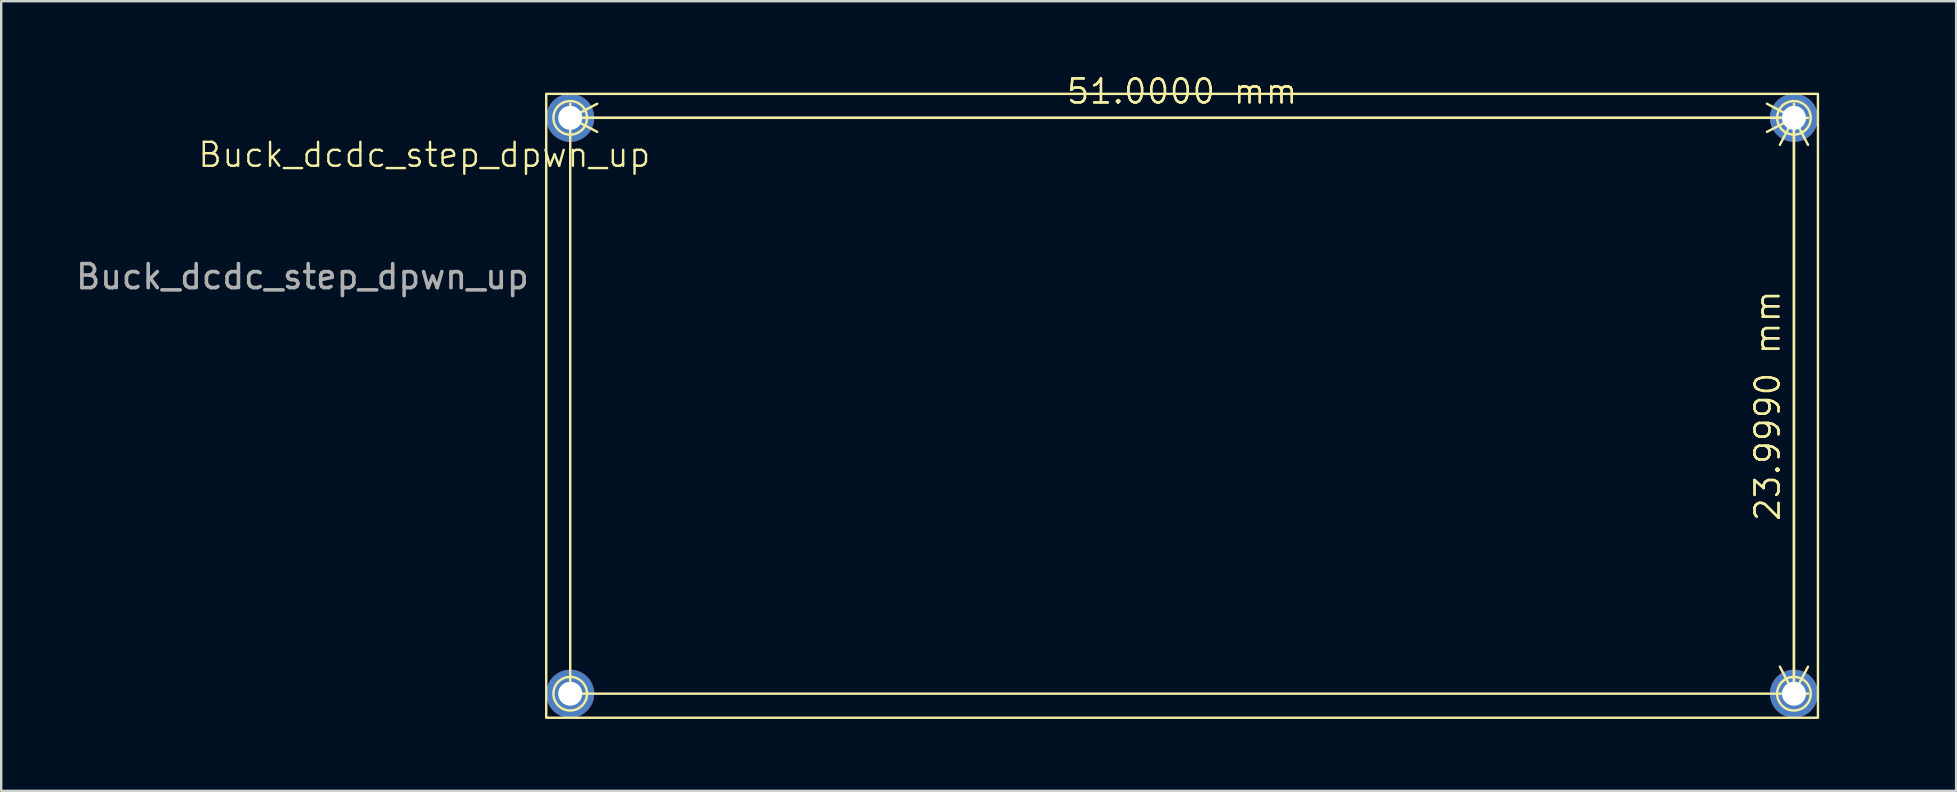
<source format=kicad_pcb>
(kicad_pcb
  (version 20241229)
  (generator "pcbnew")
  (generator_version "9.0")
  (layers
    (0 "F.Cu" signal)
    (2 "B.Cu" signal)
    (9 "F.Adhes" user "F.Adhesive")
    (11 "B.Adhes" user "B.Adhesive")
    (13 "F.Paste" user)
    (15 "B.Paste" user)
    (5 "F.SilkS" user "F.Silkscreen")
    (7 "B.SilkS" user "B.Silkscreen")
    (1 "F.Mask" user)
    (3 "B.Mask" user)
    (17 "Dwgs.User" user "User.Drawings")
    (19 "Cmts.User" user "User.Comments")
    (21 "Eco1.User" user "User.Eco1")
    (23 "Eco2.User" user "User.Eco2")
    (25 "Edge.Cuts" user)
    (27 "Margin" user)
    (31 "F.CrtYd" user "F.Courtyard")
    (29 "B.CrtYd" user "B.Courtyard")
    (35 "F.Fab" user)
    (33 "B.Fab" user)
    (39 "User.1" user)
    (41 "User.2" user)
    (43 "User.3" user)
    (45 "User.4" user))
  (footprint "Buck_dcdc_step_dpwn_up"
    (layer "F.Cu")
    (at 19.714 0.861)
    (property "Reference" "Buck_dcdc_step_dpwn_up" (at -5.08 2.54 0) (unlocked yes) (layer "F.SilkS") (effects (font (size 1 1) (thickness 0.1))))
    (attr smd)
    (fp_rect (start 0 26) (end 53 0) (stroke (width 0.1) (type default)) (fill no) (layer "F.SilkS"))
    (fp_circle (center 1 1) (end 1.7 1) (stroke (width 0.1) (type default)) (fill no) (layer "F.SilkS"))
    (fp_circle (center 1 25) (end 1.7 25) (stroke (width 0.1) (type default)) (fill no) (layer "F.SilkS"))
    (fp_circle (center 52 1) (end 52.7 1) (stroke (width 0.1) (type default)) (fill no) (layer "F.SilkS"))
    (fp_circle (center 52 25) (end 52.7 25) (stroke (width 0.1) (type default)) (fill no) (layer "F.SilkS"))
    (fp_text user "${REFERENCE}" (at -10.16 7.62 0) (unlocked yes) (layer "F.Fab") (effects (font (size 1 1) (thickness 0.15))))
    (dimension (type aligned) (layer "F.SilkS") (pts (xy 20.714 25.86) (xy 71.714 25.86)) (height -24) (format (prefix "") (suffix "") (units 3) (units_format 1) (precision 4)) (style (thickness 0.1) (arrow_length 1.27) (text_position_mode 0) (arrow_direction outward) (extension_height 0.586) (extension_offset 0.5) (keep_text_aligned yes)) (gr_text "51.0000 mm" (at 46.214 0.76 0) (layer "F.SilkS") (effects (font (size 1 1) (thickness 0.1)))))
    (dimension (type aligned) (layer "F.SilkS") (pts (xy 20.714 1.861) (xy 20.714 25.86)) (height -51) (format (prefix "") (suffix "") (units 3) (units_format 1) (precision 4)) (style (thickness 0.1) (arrow_length 1.27) (text_position_mode 0) (arrow_direction outward) (extension_height 0.586) (extension_offset 0.5) (keep_text_aligned yes)) (gr_text "24.0000 mm" (at 70.614 13.861 90) (layer "F.SilkS") (effects (font (size 1 1) (thickness 0.1)))))
    (pad "1" thru_hole oval (at 1 25) (size 2 2) (drill 1) (layers "*.Cu" "*.Mask"))
    (pad "2" thru_hole oval (at 1 1) (size 2 2) (drill 1) (layers "*.Cu" "*.Mask"))
    (pad "3" thru_hole oval (at 52 25) (size 2 2) (drill 1) (layers "*.Cu" "*.Mask"))
    (pad "4" thru_hole oval (at 52 1) (size 2 2) (drill 1) (layers "*.Cu" "*.Mask")))
  (gr_rect
    (start -3 -3)
    (end 78.473 29.91)
    (stroke (width 0.1) (type default))
    (fill no)
    (layer "Edge.Cuts")))
</source>
